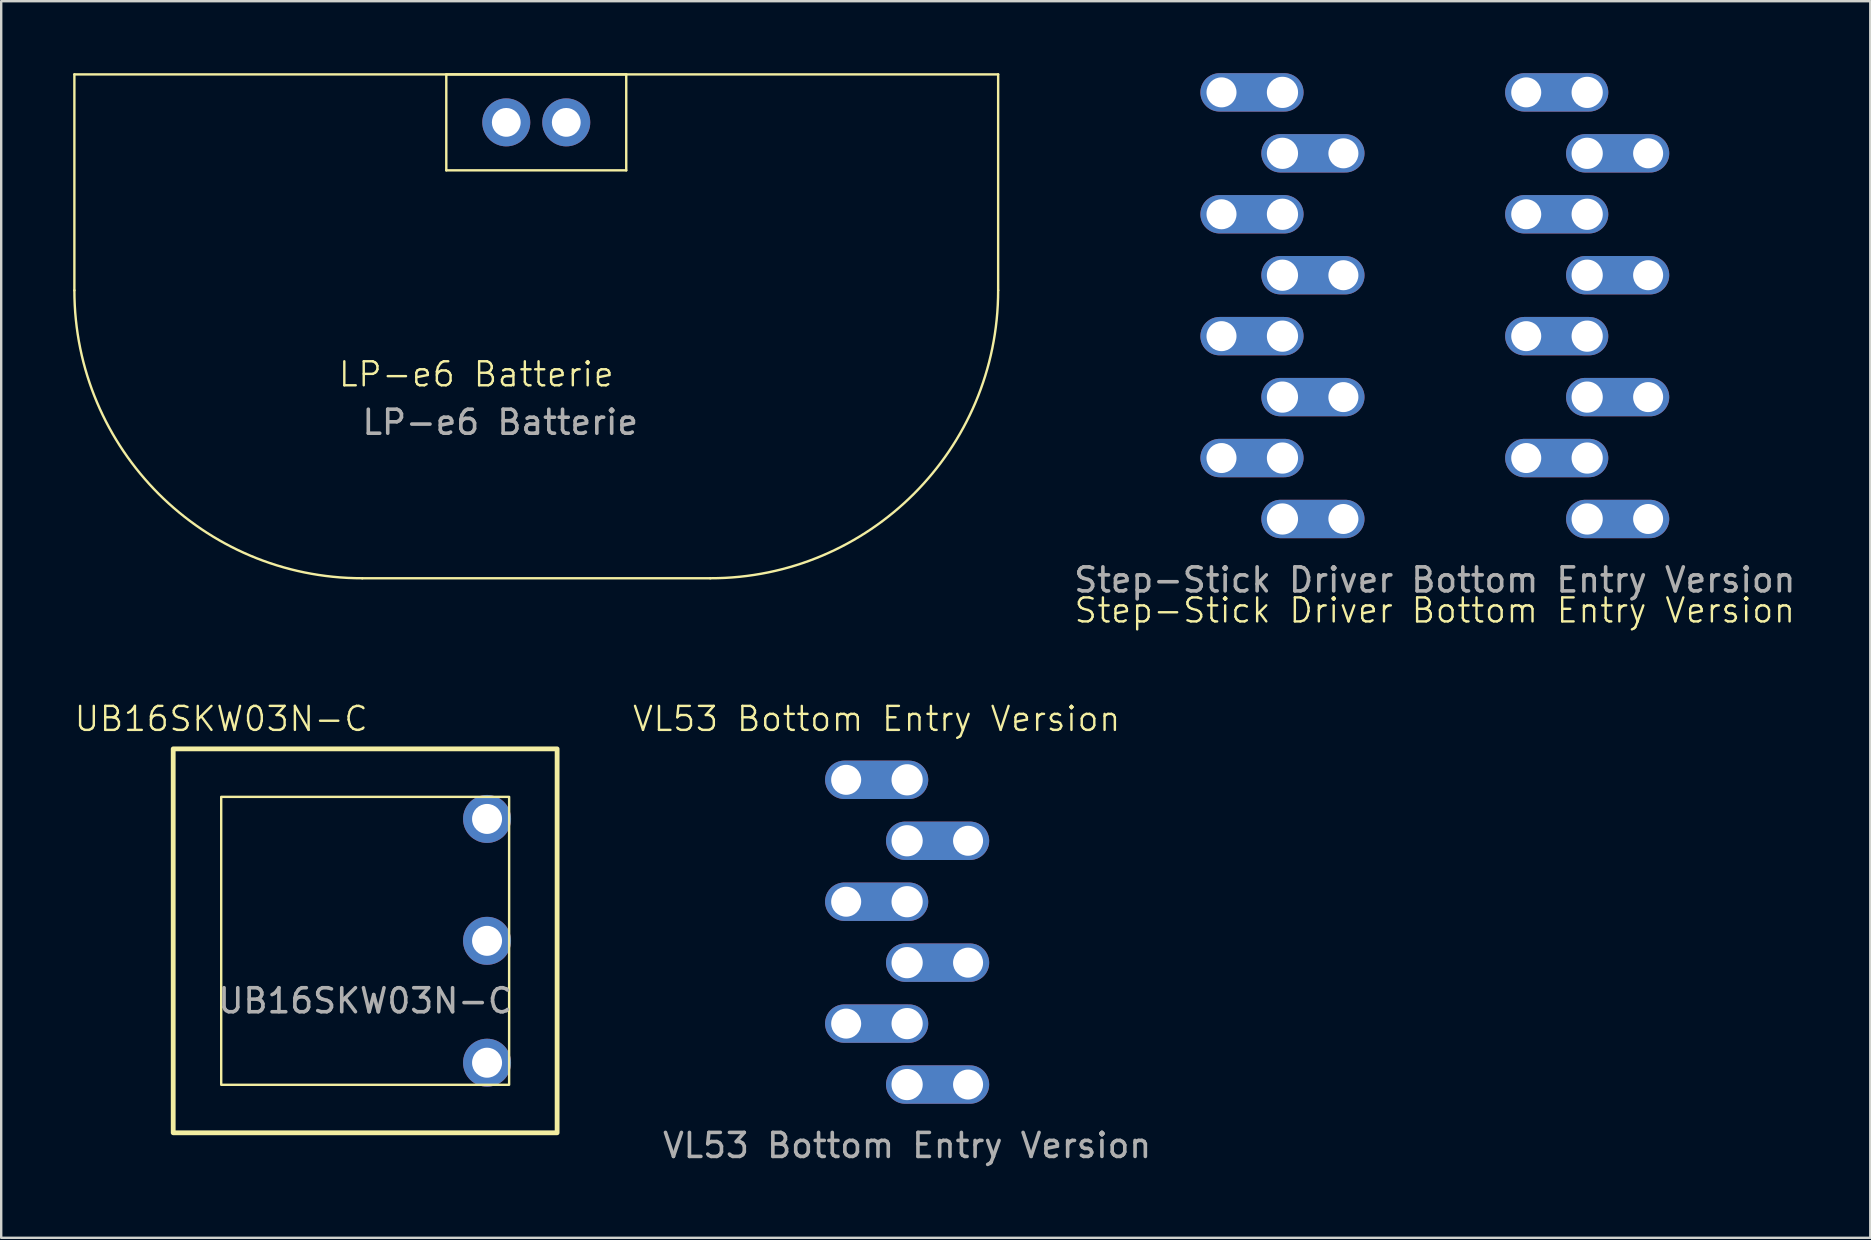
<source format=kicad_pcb>
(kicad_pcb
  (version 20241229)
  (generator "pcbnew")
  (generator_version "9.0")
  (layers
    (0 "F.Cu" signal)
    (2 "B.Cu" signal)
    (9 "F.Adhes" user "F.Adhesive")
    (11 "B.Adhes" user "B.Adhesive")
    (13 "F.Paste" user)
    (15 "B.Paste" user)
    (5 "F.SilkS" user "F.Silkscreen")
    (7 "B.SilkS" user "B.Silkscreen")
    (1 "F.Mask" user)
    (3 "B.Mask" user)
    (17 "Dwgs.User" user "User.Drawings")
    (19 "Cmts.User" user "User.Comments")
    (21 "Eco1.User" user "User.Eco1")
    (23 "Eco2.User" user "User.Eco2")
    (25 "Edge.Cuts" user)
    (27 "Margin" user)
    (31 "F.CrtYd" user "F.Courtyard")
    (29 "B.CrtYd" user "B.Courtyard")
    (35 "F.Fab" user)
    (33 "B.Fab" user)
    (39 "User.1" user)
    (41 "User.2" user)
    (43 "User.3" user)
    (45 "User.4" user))
  (footprint "LP-e6 Batterie"
    (layer "F.Cu")
    (at 19.3 2.05)
    (property "Reference" "LP-e6 Batterie" (at -2.5 10.5 0) (unlocked yes) (layer "F.SilkS") (effects (font (size 1 1) (thickness 0.1))))
    (attr through_hole)
    (fp_line (start -19.25 -2) (end -19.25 7) (stroke (width 0.1) (type default)) (layer "F.SilkS"))
    (fp_line (start -19.25 -2) (end 19.25 -2) (stroke (width 0.1) (type default)) (layer "F.SilkS"))
    (fp_line (start -7.25 19) (end 7.25 19) (stroke (width 0.1) (type default)) (layer "F.SilkS"))
    (fp_line (start -3.75 -2) (end -3.75 2) (stroke (width 0.1) (type default)) (layer "F.SilkS"))
    (fp_line (start -3.75 2) (end 3.75 2) (stroke (width 0.1) (type default)) (layer "F.SilkS"))
    (fp_line (start 3.75 -2) (end -3.75 -2) (stroke (width 0.1) (type default)) (layer "F.SilkS"))
    (fp_line (start 3.75 2) (end 3.75 -2) (stroke (width 0.1) (type default)) (layer "F.SilkS"))
    (fp_line (start 19.25 -2) (end 19.25 7) (stroke (width 0.1) (type default)) (layer "F.SilkS"))
    (fp_arc (start -7.25 19) (mid -15.735281 15.485281) (end -19.25 7) (stroke (width 0.1) (type default)) (layer "F.SilkS"))
    (fp_arc (start 19.25 7) (mid 15.735281 15.485281) (end 7.25 19) (stroke (width 0.1) (type default)) (layer "F.SilkS"))
    (fp_text user "${REFERENCE}" (at -1.5 12.5 0) (unlocked yes) (layer "F.Fab") (effects (font (size 1 1) (thickness 0.15))))
    (pad "1" thru_hole circle (at -1.25 0) (size 2 2) (drill 1.2) (layers "*.Cu" "*.Mask"))
    (pad "2" thru_hole circle (at 1.25 0) (size 2 2) (drill 1.2) (layers "*.Cu" "*.Mask")))
  (footprint "Step-Stick Driver Bottom Entry Version"
    (layer "F.Cu")
    (at 56.749 9.69)
    (property "Reference" "Step-Stick Driver Bottom Entry Version" (at 0 12.7 0) (unlocked yes) (layer "F.SilkS") (effects (font (size 1 1) (thickness 0.1))))
    (attr through_hole)
    (fp_text user "${REFERENCE}" (at 0 11.43 0) (unlocked yes) (layer "F.Fab") (effects (font (size 1 1) (thickness 0.15))))
    (pad "1" thru_hole oval (at -8.89 -8.89) (size 4.3 1.6) (drill 1.25 (offset 1.27 0)) (layers "*.Cu" "*.Mask"))
    (pad "1" thru_hole circle (at -6.35 -8.89 180) (size 1.55 1.55) (drill 1.3) (layers "*.Cu" "*.Mask"))
    (pad "2" thru_hole circle (at -6.35 -6.35 180) (size 1.55 1.55) (drill 1.3) (layers "*.Cu" "*.Mask"))
    (pad "2" thru_hole oval (at -3.81 -6.35 180) (size 4.3 1.6) (drill 1.25 (offset 1.27 0)) (layers "*.Cu" "*.Mask"))
    (pad "3" thru_hole oval (at -8.89 -3.81) (size 4.3 1.6) (drill 1.25 (offset 1.27 0)) (layers "*.Cu" "*.Mask"))
    (pad "3" thru_hole circle (at -6.35 -3.81 180) (size 1.55 1.55) (drill 1.3) (layers "*.Cu" "*.Mask"))
    (pad "4" thru_hole circle (at -6.35 -1.27 180) (size 1.55 1.55) (drill 1.3) (layers "*.Cu" "*.Mask"))
    (pad "4" thru_hole oval (at -3.81 -1.27 180) (size 4.3 1.6) (drill 1.25 (offset 1.27 0)) (layers "*.Cu" "*.Mask"))
    (pad "5" thru_hole oval (at -8.89 1.27) (size 4.3 1.6) (drill 1.25 (offset 1.27 0)) (layers "*.Cu" "*.Mask"))
    (pad "5" thru_hole circle (at -6.35 1.27 180) (size 1.55 1.55) (drill 1.3) (layers "*.Cu" "*.Mask"))
    (pad "6" thru_hole circle (at -6.35 3.81 180) (size 1.55 1.55) (drill 1.3) (layers "*.Cu" "*.Mask"))
    (pad "6" thru_hole oval (at -3.81 3.81 180) (size 4.3 1.6) (drill 1.25 (offset 1.27 0)) (layers "*.Cu" "*.Mask"))
    (pad "7" thru_hole oval (at -8.89 6.35) (size 4.3 1.6) (drill 1.25 (offset 1.27 0)) (layers "*.Cu" "*.Mask"))
    (pad "7" thru_hole circle (at -6.35 6.35 180) (size 1.55 1.55) (drill 1.3) (layers "*.Cu" "*.Mask"))
    (pad "8" thru_hole circle (at -6.35 8.89 180) (size 1.55 1.55) (drill 1.3) (layers "*.Cu" "*.Mask"))
    (pad "8" thru_hole oval (at -3.81 8.89 180) (size 4.3 1.6) (drill 1.25 (offset 1.27 0)) (layers "*.Cu" "*.Mask"))
    (pad "9" thru_hole circle (at 6.35 8.89 180) (size 1.55 1.55) (drill 1.3) (layers "*.Cu" "*.Mask"))
    (pad "9" thru_hole oval (at 8.89 8.89 180) (size 4.3 1.6) (drill 1.25 (offset 1.27 0)) (layers "*.Cu" "*.Mask"))
    (pad "10" thru_hole oval (at 3.81 6.35) (size 4.3 1.6) (drill 1.25 (offset 1.27 0)) (layers "*.Cu" "*.Mask"))
    (pad "10" thru_hole circle (at 6.35 6.35 180) (size 1.55 1.55) (drill 1.3) (layers "*.Cu" "*.Mask"))
    (pad "11" thru_hole circle (at 6.35 3.81 180) (size 1.55 1.55) (drill 1.3) (layers "*.Cu" "*.Mask"))
    (pad "11" thru_hole oval (at 8.89 3.81 180) (size 4.3 1.6) (drill 1.25 (offset 1.27 0)) (layers "*.Cu" "*.Mask"))
    (pad "12" thru_hole oval (at 3.81 1.27) (size 4.3 1.6) (drill 1.25 (offset 1.27 0)) (layers "*.Cu" "*.Mask"))
    (pad "12" thru_hole circle (at 6.35 1.27 180) (size 1.55 1.55) (drill 1.3) (layers "*.Cu" "*.Mask"))
    (pad "13" thru_hole circle (at 6.35 -1.27 180) (size 1.55 1.55) (drill 1.3) (layers "*.Cu" "*.Mask"))
    (pad "13" thru_hole oval (at 8.89 -1.27 180) (size 4.3 1.6) (drill 1.25 (offset 1.27 0)) (layers "*.Cu" "*.Mask"))
    (pad "14" thru_hole oval (at 3.81 -3.81) (size 4.3 1.6) (drill 1.25 (offset 1.27 0)) (layers "*.Cu" "*.Mask"))
    (pad "14" thru_hole circle (at 6.35 -3.81 180) (size 1.55 1.55) (drill 1.3) (layers "*.Cu" "*.Mask"))
    (pad "15" thru_hole circle (at 6.35 -6.35 180) (size 1.55 1.55) (drill 1.3) (layers "*.Cu" "*.Mask"))
    (pad "15" thru_hole oval (at 8.89 -6.35 180) (size 4.3 1.6) (drill 1.25 (offset 1.27 0)) (layers "*.Cu" "*.Mask"))
    (pad "16" thru_hole oval (at 3.81 -8.89) (size 4.3 1.6) (drill 1.25 (offset 1.27 0)) (layers "*.Cu" "*.Mask"))
    (pad "16" thru_hole circle (at 6.35 -8.89 180) (size 1.55 1.55) (drill 1.3) (layers "*.Cu" "*.Mask")))
  (footprint "VL53 Bottom Entry Version"
    (layer "F.Cu")
    (at 34.756 35.801)
    (property "Reference" "VL53 Bottom Entry Version" (at -1.27 -8.89 0) (unlocked yes) (layer "F.SilkS") (effects (font (size 1 1) (thickness 0.1))))
    (attr through_hole)
    (fp_text user "${REFERENCE}" (at 0 8.89 0) (unlocked yes) (layer "F.Fab") (effects (font (size 1 1) (thickness 0.15))))
    (pad "1" thru_hole oval (at -2.54 -6.35) (size 4.3 1.6) (drill 1.25 (offset 1.27 0)) (layers "*.Cu" "*.Mask"))
    (pad "1" thru_hole circle (at 0 -6.35 180) (size 1.55 1.55) (drill 1.3) (layers "*.Cu" "*.Mask"))
    (pad "2" thru_hole circle (at 0 -3.81 180) (size 1.55 1.55) (drill 1.3) (layers "*.Cu" "*.Mask"))
    (pad "2" thru_hole oval (at 2.54 -3.81 180) (size 4.3 1.6) (drill 1.25 (offset 1.27 0)) (layers "*.Cu" "*.Mask"))
    (pad "3" thru_hole oval (at -2.54 -1.27) (size 4.3 1.6) (drill 1.25 (offset 1.27 0)) (layers "*.Cu" "*.Mask"))
    (pad "3" thru_hole circle (at 0 -1.27 180) (size 1.55 1.55) (drill 1.3) (layers "*.Cu" "*.Mask"))
    (pad "4" thru_hole circle (at 0 1.27 180) (size 1.55 1.55) (drill 1.3) (layers "*.Cu" "*.Mask"))
    (pad "4" thru_hole oval (at 2.54 1.27 180) (size 4.3 1.6) (drill 1.25 (offset 1.27 0)) (layers "*.Cu" "*.Mask"))
    (pad "5" thru_hole oval (at -2.54 3.81) (size 4.3 1.6) (drill 1.25 (offset 1.27 0)) (layers "*.Cu" "*.Mask"))
    (pad "5" thru_hole circle (at 0 3.81 180) (size 1.55 1.55) (drill 1.3) (layers "*.Cu" "*.Mask"))
    (pad "6" thru_hole circle (at 0 6.35 180) (size 1.55 1.55) (drill 1.3) (layers "*.Cu" "*.Mask"))
    (pad "6" thru_hole oval (at 2.54 6.35 180) (size 4.3 1.6) (drill 1.25 (offset 1.27 0)) (layers "*.Cu" "*.Mask")))
  (footprint "UB16SKW03N-C"
    (layer "F.Cu")
    (at 12.169 36.161)
    (property "Reference" "UB16SKW03N-C" (at -6 -9.25 0) (unlocked yes) (layer "F.SilkS") (effects (font (size 1 1) (thickness 0.1))))
    (attr through_hole)
    (fp_rect (start -8 -8) (end 8 8) (stroke (width 0.2) (type default)) (fill no) (layer "F.SilkS"))
    (fp_rect (start -6 -6) (end 6 6) (stroke (width 0.1) (type default)) (fill no) (layer "F.SilkS"))
    (fp_text user "${REFERENCE}" (at 0 2.5 0) (unlocked yes) (layer "F.Fab") (effects (font (size 1 1) (thickness 0.15))))
    (pad "1" thru_hole circle (at 5.08 5.08) (size 2 2) (drill 1.25) (layers "*.Cu" "*.Mask"))
    (pad "2" thru_hole circle (at 5.08 0) (size 2 2) (drill 1.25) (layers "*.Cu" "*.Mask"))
    (pad "3" thru_hole circle (at 5.08 -5.08) (size 2 2) (drill 1.25) (layers "*.Cu" "*.Mask")))
  (gr_rect
    (start -3 -3)
    (end 74.898 48.539)
    (stroke (width 0.1) (type default))
    (fill no)
    (layer "Edge.Cuts")))
</source>
